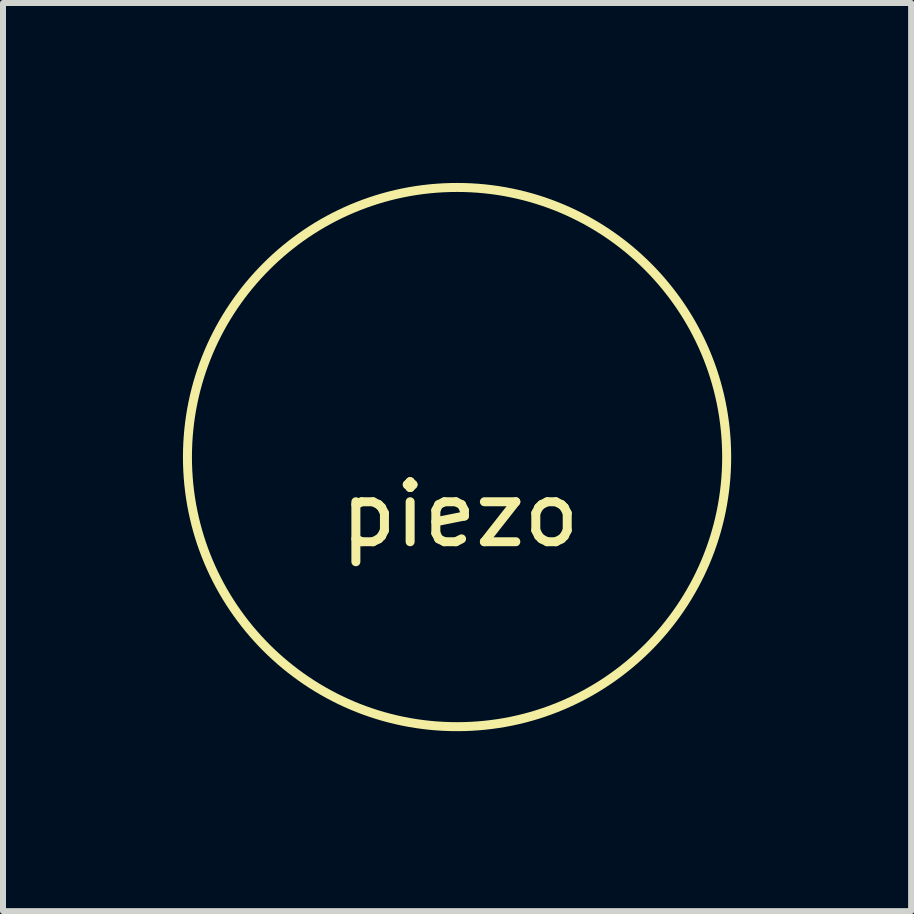
<source format=kicad_pcb>
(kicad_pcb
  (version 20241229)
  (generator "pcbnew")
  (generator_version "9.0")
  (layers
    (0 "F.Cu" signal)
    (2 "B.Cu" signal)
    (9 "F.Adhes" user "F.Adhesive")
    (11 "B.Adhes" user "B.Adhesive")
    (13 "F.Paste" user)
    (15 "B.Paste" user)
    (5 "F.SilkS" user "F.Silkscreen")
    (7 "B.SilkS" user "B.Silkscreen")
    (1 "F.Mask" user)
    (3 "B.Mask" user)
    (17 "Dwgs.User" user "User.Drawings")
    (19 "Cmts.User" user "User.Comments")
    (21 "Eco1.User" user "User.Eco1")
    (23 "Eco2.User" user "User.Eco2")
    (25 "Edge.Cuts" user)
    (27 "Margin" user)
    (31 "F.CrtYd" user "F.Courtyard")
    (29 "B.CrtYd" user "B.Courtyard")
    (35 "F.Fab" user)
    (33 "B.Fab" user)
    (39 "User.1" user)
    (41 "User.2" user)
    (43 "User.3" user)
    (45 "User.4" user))
  (footprint "piezo"
    (layer "F.Cu")
    (at 4.622 5.028)
    (property "Reference" "piezo" (at 0 0.5 0) (layer "F.SilkS") (effects (font (size 1 1) (thickness 0.15))))
    (attr through_hole)
    (fp_circle (center -0.051 -0.457) (end 4.089 1.295) (stroke (width 0.15) (type solid)) (fill no) (layer "F.SilkS")))
  (gr_rect
    (start -3 -3)
    (end 12.142 12.142)
    (stroke (width 0.1) (type default))
    (fill no)
    (layer "Edge.Cuts")))
</source>
